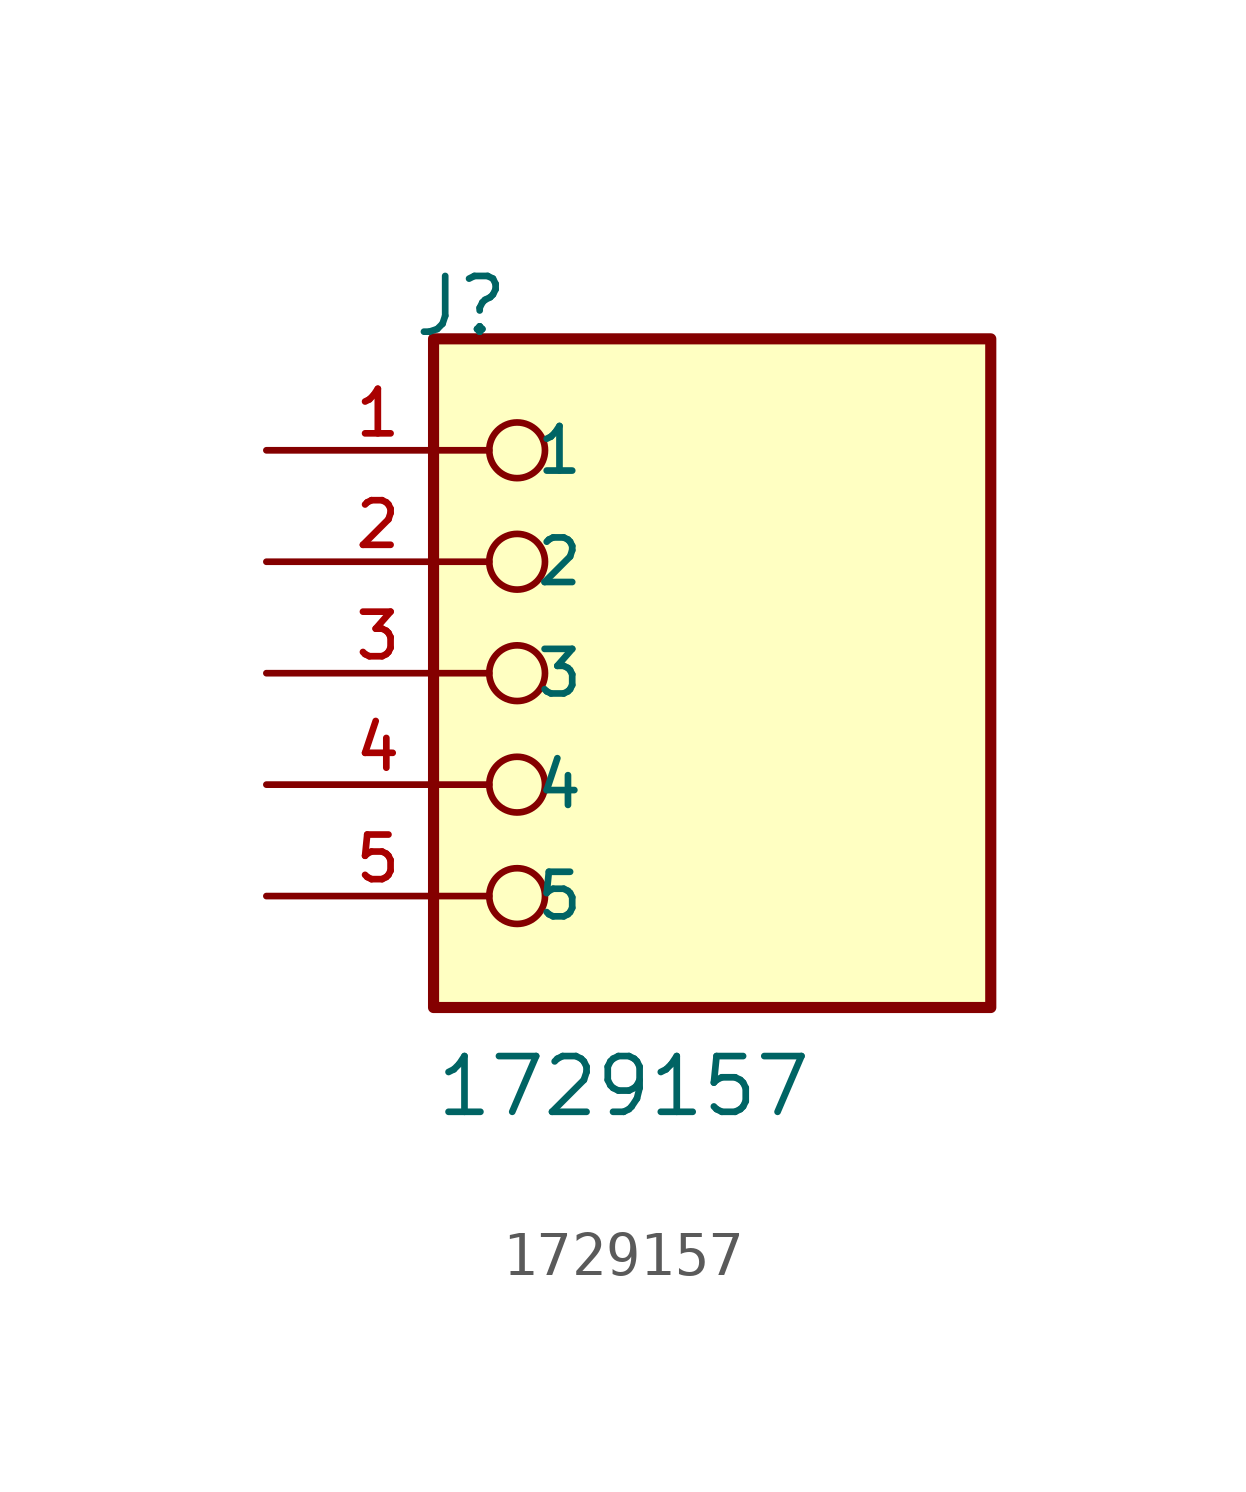
<source format=kicad_sym>
(kicad_symbol_lib
  (version 20211014)
  (generator kicad_symbol_editor)
  (symbol "1729157"
    (pin_names
      (offset 1.016))
    (property "Reference" "J"
      (at -6.85 7.62 0)
      (effects (font (size 1.27 1.27)) (justify bottom left)))
    (property "Value" "1729157"
      (at -6.35 -10.16 0)
      (effects (font (size 1.27 1.27)) (justify bottom left)))
    (symbol "1729157_0_0"
      (circle (center -4.445 5.08) (radius 0.635) (stroke (width 0.152)) (fill (type none)))
      (circle (center -4.445 2.54) (radius 0.635) (stroke (width 0.152)) (fill (type none)))
      (circle (center -4.445 0.0) (radius 0.635) (stroke (width 0.152)) (fill (type none)))
      (circle (center -4.445 -2.54) (radius 0.635) (stroke (width 0.152)) (fill (type none)))
      (circle (center -4.445 -5.08) (radius 0.635) (stroke (width 0.152)) (fill (type none)))
      (rectangle (start -6.35 -7.62) (end 6.35 7.62) (stroke (width 0.254)) (fill (type background)))
      (pin passive line (at -10.16 5.08 0) (length 5.08) (name "1" (effects (font (size 1.016 1.016)))) (number "1" (effects (font (size 1.016 1.016)))))
      (pin passive line (at -10.16 2.54 0) (length 5.08) (name "2" (effects (font (size 1.016 1.016)))) (number "2" (effects (font (size 1.016 1.016)))))
      (pin passive line (at -10.16 0.0 0) (length 5.08) (name "3" (effects (font (size 1.016 1.016)))) (number "3" (effects (font (size 1.016 1.016)))))
      (pin passive line (at -10.16 -2.54 0) (length 5.08) (name "4" (effects (font (size 1.016 1.016)))) (number "4" (effects (font (size 1.016 1.016)))))
      (pin passive line (at -10.16 -5.08 0) (length 5.08) (name "5" (effects (font (size 1.016 1.016)))) (number "5" (effects (font (size 1.016 1.016))))))))
</source>
